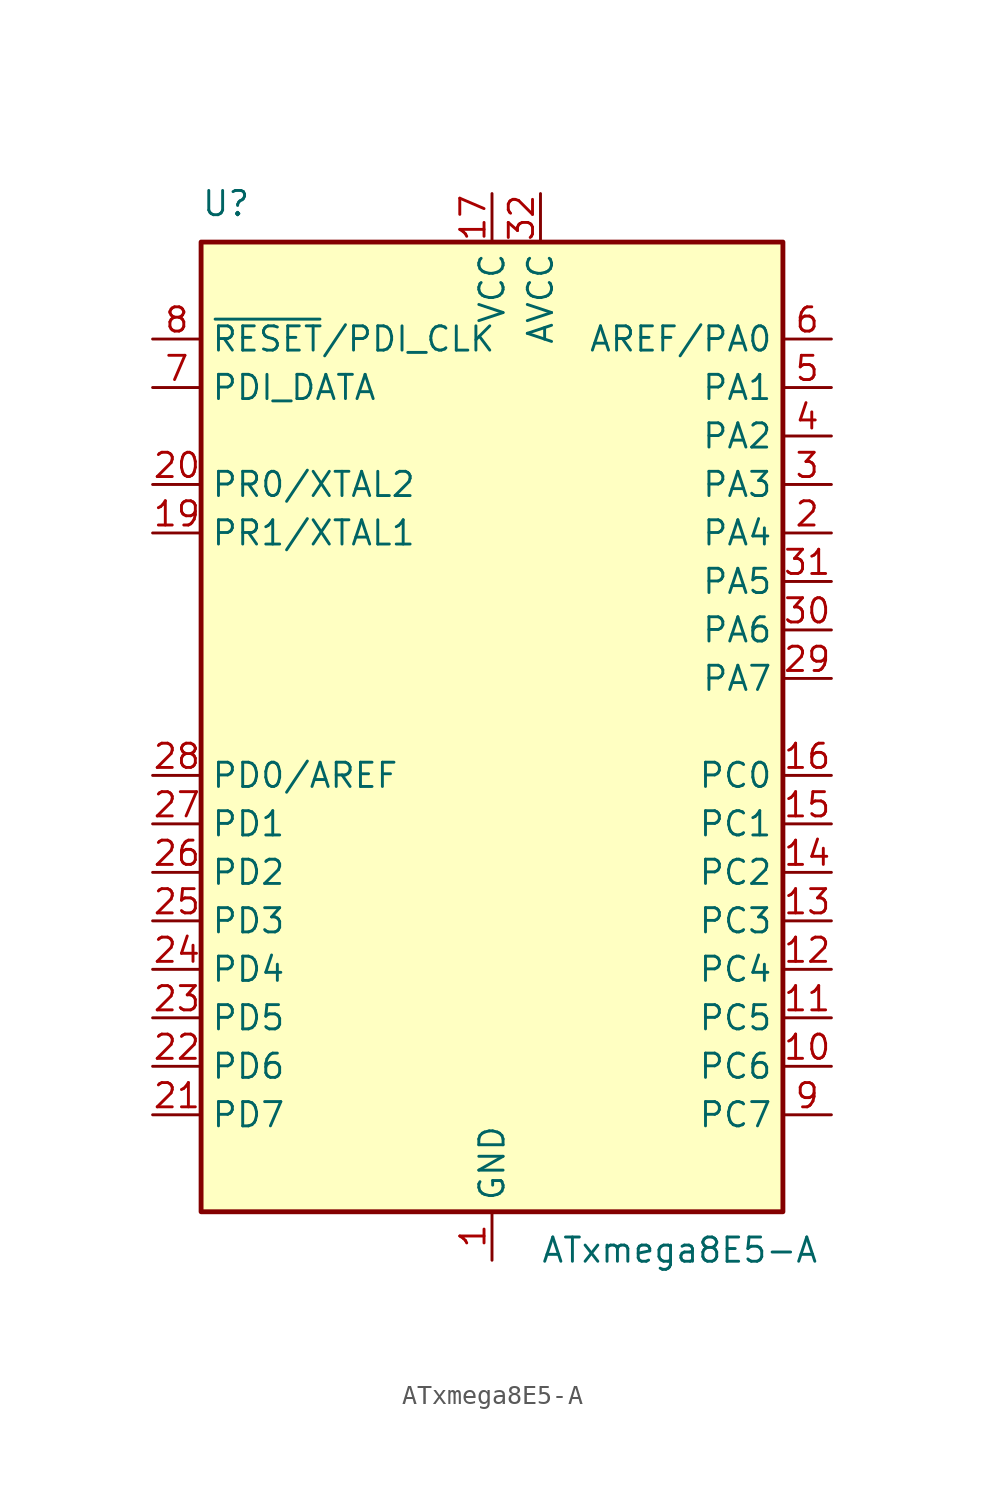
<source format=kicad_sym>
(kicad_symbol_lib
  (version 20231120)
  (generator "kicad_symbol_editor")
  (generator_version "8.0")
  (symbol "ATxmega8E5-A"
    (property "Reference" "U"
      (at -15.24 26.67 0)
      (effects (font (size 1.27 1.27)) (justify left bottom)))
    (property "Value" "ATxmega8E5-A"
      (at 2.54 -26.67 0)
      (effects (font (size 1.27 1.27)) (justify left top)))
    (symbol "ATxmega8E5-A_0_1"
      (rectangle (start -15.24 -25.4) (end 15.24 25.4) (stroke (width 0.254) (type default)) (fill (type background))))
    (symbol "ATxmega8E5-A_1_1"
      (pin power_in line (at 0 -27.94 90) (length 2.54) (name "GND" (effects (font (size 1.27 1.27)))) (number "1" (effects (font (size 1.27 1.27)))))
      (pin bidirectional line (at 17.78 -17.78 180) (length 2.54) (name "PC6" (effects (font (size 1.27 1.27)))) (number "10" (effects (font (size 1.27 1.27)))))
      (pin bidirectional line (at 17.78 -15.24 180) (length 2.54) (name "PC5" (effects (font (size 1.27 1.27)))) (number "11" (effects (font (size 1.27 1.27)))))
      (pin bidirectional line (at 17.78 -12.7 180) (length 2.54) (name "PC4" (effects (font (size 1.27 1.27)))) (number "12" (effects (font (size 1.27 1.27)))))
      (pin bidirectional line (at 17.78 -10.16 180) (length 2.54) (name "PC3" (effects (font (size 1.27 1.27)))) (number "13" (effects (font (size 1.27 1.27)))))
      (pin bidirectional line (at 17.78 -7.62 180) (length 2.54) (name "PC2" (effects (font (size 1.27 1.27)))) (number "14" (effects (font (size 1.27 1.27)))))
      (pin bidirectional line (at 17.78 -5.08 180) (length 2.54) (name "PC1" (effects (font (size 1.27 1.27)))) (number "15" (effects (font (size 1.27 1.27)))))
      (pin bidirectional line (at 17.78 -2.54 180) (length 2.54) (name "PC0" (effects (font (size 1.27 1.27)))) (number "16" (effects (font (size 1.27 1.27)))))
      (pin power_in line (at 0 27.94 270) (length 2.54) (name "VCC" (effects (font (size 1.27 1.27)))) (number "17" (effects (font (size 1.27 1.27)))))
      (pin passive line (at 0 -27.94 90) (length 2.54) hide (name "GND" (effects (font (size 1.27 1.27)))) (number "18" (effects (font (size 1.27 1.27)))))
      (pin bidirectional line (at -17.78 10.16 0) (length 2.54) (name "PR1/XTAL1" (effects (font (size 1.27 1.27)))) (number "19" (effects (font (size 1.27 1.27)))))
      (pin bidirectional line (at 17.78 10.16 180) (length 2.54) (name "PA4" (effects (font (size 1.27 1.27)))) (number "2" (effects (font (size 1.27 1.27)))))
      (pin bidirectional line (at -17.78 12.7 0) (length 2.54) (name "PR0/XTAL2" (effects (font (size 1.27 1.27)))) (number "20" (effects (font (size 1.27 1.27)))))
      (pin bidirectional line (at -17.78 -20.32 0) (length 2.54) (name "PD7" (effects (font (size 1.27 1.27)))) (number "21" (effects (font (size 1.27 1.27)))))
      (pin bidirectional line (at -17.78 -17.78 0) (length 2.54) (name "PD6" (effects (font (size 1.27 1.27)))) (number "22" (effects (font (size 1.27 1.27)))))
      (pin bidirectional line (at -17.78 -15.24 0) (length 2.54) (name "PD5" (effects (font (size 1.27 1.27)))) (number "23" (effects (font (size 1.27 1.27)))))
      (pin bidirectional line (at -17.78 -12.7 0) (length 2.54) (name "PD4" (effects (font (size 1.27 1.27)))) (number "24" (effects (font (size 1.27 1.27)))))
      (pin bidirectional line (at -17.78 -10.16 0) (length 2.54) (name "PD3" (effects (font (size 1.27 1.27)))) (number "25" (effects (font (size 1.27 1.27)))))
      (pin bidirectional line (at -17.78 -7.62 0) (length 2.54) (name "PD2" (effects (font (size 1.27 1.27)))) (number "26" (effects (font (size 1.27 1.27)))))
      (pin bidirectional line (at -17.78 -5.08 0) (length 2.54) (name "PD1" (effects (font (size 1.27 1.27)))) (number "27" (effects (font (size 1.27 1.27)))))
      (pin bidirectional line (at -17.78 -2.54 0) (length 2.54) (name "PD0/AREF" (effects (font (size 1.27 1.27)))) (number "28" (effects (font (size 1.27 1.27)))))
      (pin bidirectional line (at 17.78 2.54 180) (length 2.54) (name "PA7" (effects (font (size 1.27 1.27)))) (number "29" (effects (font (size 1.27 1.27)))))
      (pin bidirectional line (at 17.78 12.7 180) (length 2.54) (name "PA3" (effects (font (size 1.27 1.27)))) (number "3" (effects (font (size 1.27 1.27)))))
      (pin bidirectional line (at 17.78 5.08 180) (length 2.54) (name "PA6" (effects (font (size 1.27 1.27)))) (number "30" (effects (font (size 1.27 1.27)))))
      (pin bidirectional line (at 17.78 7.62 180) (length 2.54) (name "PA5" (effects (font (size 1.27 1.27)))) (number "31" (effects (font (size 1.27 1.27)))))
      (pin power_in line (at 2.54 27.94 270) (length 2.54) (name "AVCC" (effects (font (size 1.27 1.27)))) (number "32" (effects (font (size 1.27 1.27)))))
      (pin bidirectional line (at 17.78 15.24 180) (length 2.54) (name "PA2" (effects (font (size 1.27 1.27)))) (number "4" (effects (font (size 1.27 1.27)))))
      (pin bidirectional line (at 17.78 17.78 180) (length 2.54) (name "PA1" (effects (font (size 1.27 1.27)))) (number "5" (effects (font (size 1.27 1.27)))))
      (pin bidirectional line (at 17.78 20.32 180) (length 2.54) (name "AREF/PA0" (effects (font (size 1.27 1.27)))) (number "6" (effects (font (size 1.27 1.27)))))
      (pin bidirectional line (at -17.78 17.78 0) (length 2.54) (name "PDI_DATA" (effects (font (size 1.27 1.27)))) (number "7" (effects (font (size 1.27 1.27)))))
      (pin input line (at -17.78 20.32 0) (length 2.54) (name "~{RESET}/PDI_CLK" (effects (font (size 1.27 1.27)))) (number "8" (effects (font (size 1.27 1.27)))))
      (pin bidirectional line (at 17.78 -20.32 180) (length 2.54) (name "PC7" (effects (font (size 1.27 1.27)))) (number "9" (effects (font (size 1.27 1.27))))))))
</source>
